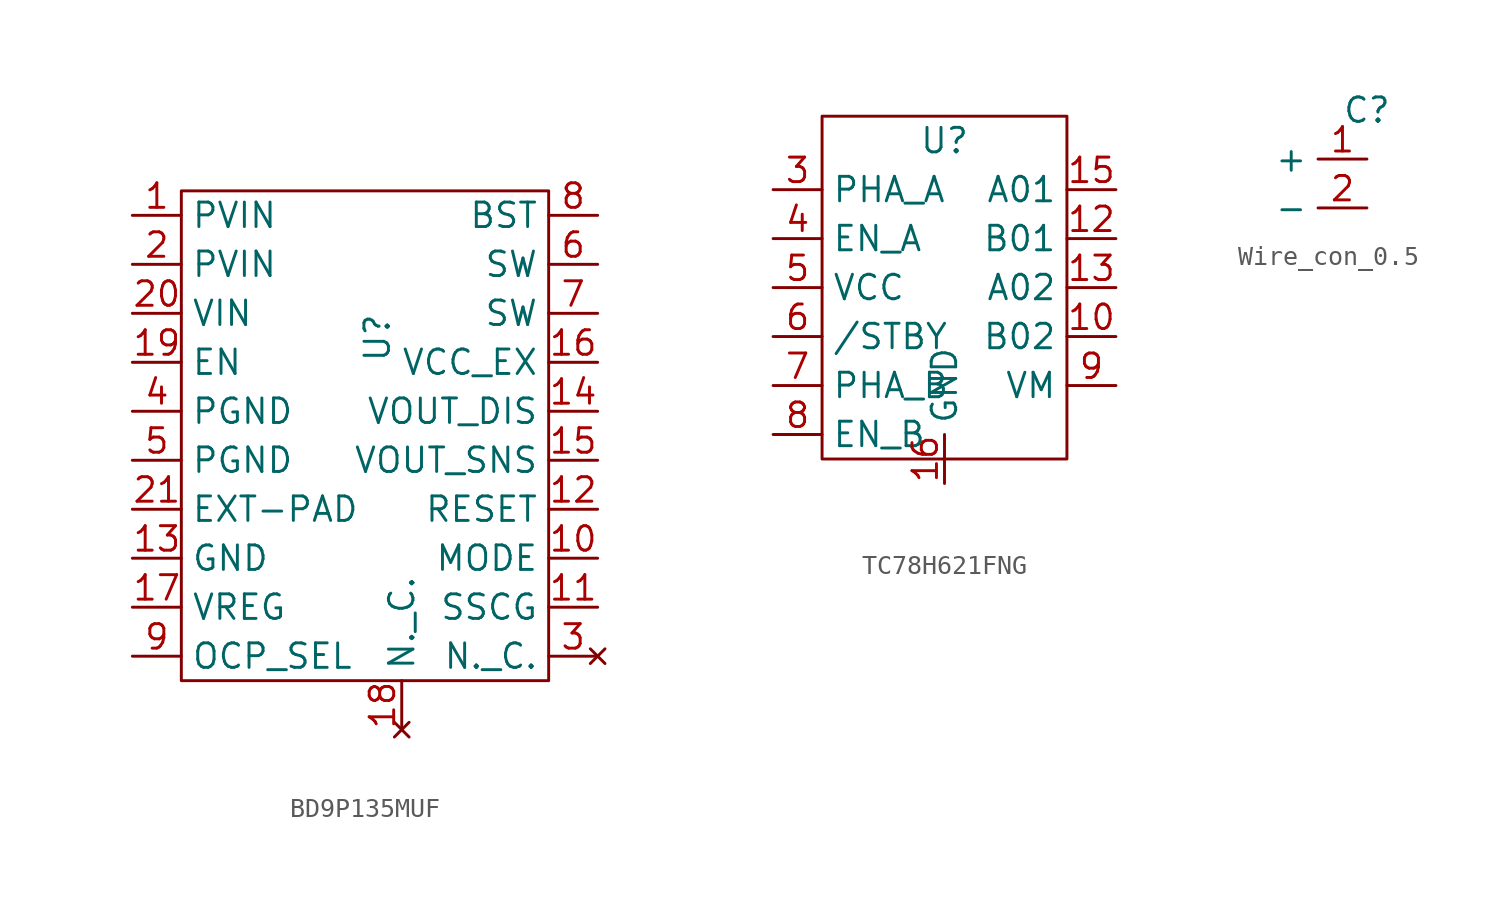
<source format=kicad_sym>
(kicad_symbol_lib
  (version 20220914)
  (generator kicad_symbol_editor)
  (symbol "BD9P135MUF"
    (property "Reference" "U"
      (at 0 -10.16 90)
      (effects (font (size 1.27 1.27))))
    (property "Value" ""
      (at 0 0 0)
      (effects (font (size 1.27 1.27))))
    (symbol "BD9P135MUF_0_1"
      (rectangle (start -10.16 -2.54) (end 8.89 -27.94) (stroke (width 0) (type default)) (fill (type none))))
    (symbol "BD9P135MUF_1_1"
      (pin power_in line (at -12.7 -3.81 0) (length 2.54) (name "PVIN" (effects (font (size 1.27 1.27)))) (number "1" (effects (font (size 1.27 1.27)))))
      (pin input line (at 11.43 -21.59 180) (length 2.54) (name "MODE" (effects (font (size 1.27 1.27)))) (number "10" (effects (font (size 1.27 1.27)))))
      (pin input line (at 11.43 -24.13 180) (length 2.54) (name "SSCG" (effects (font (size 1.27 1.27)))) (number "11" (effects (font (size 1.27 1.27)))))
      (pin input line (at 11.43 -19.05 180) (length 2.54) (name "RESET" (effects (font (size 1.27 1.27)))) (number "12" (effects (font (size 1.27 1.27)))))
      (pin input line (at -12.7 -21.59 0) (length 2.54) (name "GND" (effects (font (size 1.27 1.27)))) (number "13" (effects (font (size 1.27 1.27)))))
      (pin input line (at 11.43 -13.97 180) (length 2.54) (name "VOUT_DIS" (effects (font (size 1.27 1.27)))) (number "14" (effects (font (size 1.27 1.27)))))
      (pin input line (at 11.43 -16.51 180) (length 2.54) (name "VOUT_SNS" (effects (font (size 1.27 1.27)))) (number "15" (effects (font (size 1.27 1.27)))))
      (pin input line (at 11.43 -11.43 180) (length 2.54) (name "VCC_EX" (effects (font (size 1.27 1.27)))) (number "16" (effects (font (size 1.27 1.27)))))
      (pin input line (at -12.7 -24.13 0) (length 2.54) (name "VREG" (effects (font (size 1.27 1.27)))) (number "17" (effects (font (size 1.27 1.27)))))
      (pin no_connect line (at 1.27 -30.48 90) (length 2.54) (name "N._C." (effects (font (size 1.27 1.27)))) (number "18" (effects (font (size 1.27 1.27)))))
      (pin input line (at -12.7 -11.43 0) (length 2.54) (name "EN" (effects (font (size 1.27 1.27)))) (number "19" (effects (font (size 1.27 1.27)))))
      (pin power_in line (at -12.7 -6.35 0) (length 2.54) (name "PVIN" (effects (font (size 1.27 1.27)))) (number "2" (effects (font (size 1.27 1.27)))))
      (pin input line (at -12.7 -8.89 0) (length 2.54) (name "VIN" (effects (font (size 1.27 1.27)))) (number "20" (effects (font (size 1.27 1.27)))))
      (pin output line (at -12.7 -19.05 0) (length 2.54) (name "EXT-PAD" (effects (font (size 1.27 1.27)))) (number "21" (effects (font (size 1.27 1.27)))))
      (pin no_connect line (at 11.43 -26.67 180) (length 2.54) (name "N._C." (effects (font (size 1.27 1.27)))) (number "3" (effects (font (size 1.27 1.27)))))
      (pin power_in line (at -12.7 -13.97 0) (length 2.54) (name "PGND" (effects (font (size 1.27 1.27)))) (number "4" (effects (font (size 1.27 1.27)))))
      (pin power_in line (at -12.7 -16.51 0) (length 2.54) (name "PGND" (effects (font (size 1.27 1.27)))) (number "5" (effects (font (size 1.27 1.27)))))
      (pin output line (at 11.43 -6.35 180) (length 2.54) (name "SW" (effects (font (size 1.27 1.27)))) (number "6" (effects (font (size 1.27 1.27)))))
      (pin power_out line (at 11.43 -8.89 180) (length 2.54) (name "SW" (effects (font (size 1.27 1.27)))) (number "7" (effects (font (size 1.27 1.27)))))
      (pin bidirectional line (at 11.43 -3.81 180) (length 2.54) (name "BST" (effects (font (size 1.27 1.27)))) (number "8" (effects (font (size 1.27 1.27)))))
      (pin input line (at -12.7 -26.67 0) (length 2.54) (name "OCP_SEL" (effects (font (size 1.27 1.27)))) (number "9" (effects (font (size 1.27 1.27)))))))
  (symbol "TC78H621FNG"
    (property "Reference" "U"
      (at 0 0 0)
      (effects (font (size 1.27 1.27))))
    (property "Value" ""
      (at 0 0 0)
      (effects (font (size 1.27 1.27))))
    (symbol "TC78H621FNG_0_1"
      (polyline (pts (xy -6.35 -16.51) (xy -6.35 1.27) (xy 6.35 1.27) (xy 6.35 -16.51) (xy -6.35 -16.51)) (stroke (width 0) (type default)) (fill (type none))))
    (symbol "TC78H621FNG_1_1"
      (pin no_connect line (at 3.81 -19.05 90) (length 2.54) hide (name "NC" (effects (font (size 1.27 1.27)))) (number "1" (effects (font (size 1.27 1.27)))))
      (pin power_out line (at 8.89 -10.16 180) (length 2.54) (name "B02" (effects (font (size 1.27 1.27)))) (number "10" (effects (font (size 1.27 1.27)))))
      (pin power_in line (at 0 -17.78 90) (length 2.54) hide (name "GND" (effects (font (size 1.27 1.27)))) (number "11" (effects (font (size 1.27 1.27)))))
      (pin power_out line (at 8.89 -5.08 180) (length 2.54) (name "B01" (effects (font (size 1.27 1.27)))) (number "12" (effects (font (size 1.27 1.27)))))
      (pin power_out line (at 8.89 -7.62 180) (length 2.54) (name "A02" (effects (font (size 1.27 1.27)))) (number "13" (effects (font (size 1.27 1.27)))))
      (pin power_in line (at 0 -17.78 90) (length 2.54) hide (name "GND" (effects (font (size 1.27 1.27)))) (number "14" (effects (font (size 1.27 1.27)))))
      (pin power_out line (at 8.89 -2.54 180) (length 2.54) (name "A01" (effects (font (size 1.27 1.27)))) (number "15" (effects (font (size 1.27 1.27)))))
      (pin power_in line (at 0 -17.78 90) (length 2.54) (name "GND" (effects (font (size 1.27 1.27)))) (number "16" (effects (font (size 1.27 1.27)))))
      (pin no_connect line (at 3.81 -19.05 90) (length 2.54) hide (name "NC" (effects (font (size 1.27 1.27)))) (number "2" (effects (font (size 1.27 1.27)))))
      (pin input line (at -8.89 -2.54 0) (length 2.54) (name "PHA_A" (effects (font (size 1.27 1.27)))) (number "3" (effects (font (size 1.27 1.27)))))
      (pin input line (at -8.89 -5.08 0) (length 2.54) (name "EN_A" (effects (font (size 1.27 1.27)))) (number "4" (effects (font (size 1.27 1.27)))))
      (pin input line (at -8.89 -7.62 0) (length 2.54) (name "VCC" (effects (font (size 1.27 1.27)))) (number "5" (effects (font (size 1.27 1.27)))))
      (pin input line (at -8.89 -10.16 0) (length 2.54) (name "/STBY" (effects (font (size 1.27 1.27)))) (number "6" (effects (font (size 1.27 1.27)))))
      (pin input line (at -8.89 -12.7 0) (length 2.54) (name "PHA_B" (effects (font (size 1.27 1.27)))) (number "7" (effects (font (size 1.27 1.27)))))
      (pin input line (at -8.89 -15.24 0) (length 2.54) (name "EN_B" (effects (font (size 1.27 1.27)))) (number "8" (effects (font (size 1.27 1.27)))))
      (pin power_in line (at 8.89 -12.7 180) (length 2.54) (name "VM" (effects (font (size 1.27 1.27)))) (number "9" (effects (font (size 1.27 1.27)))))))
  (symbol "Wire_con_0.5"
    (power)
    (property "Reference" "C"
      (at 0 0 0)
      (effects (font (size 1.27 1.27))))
    (property "Value" ""
      (at 0 0 0)
      (effects (font (size 1.27 1.27))))
    (symbol "Wire_con_0.5_1_1"
      (pin input line (at 0 -2.54 180) (length 2.54) (name "+" (effects (font (size 1.27 1.27)))) (number "1" (effects (font (size 1.27 1.27)))))
      (pin input line (at 0 -5.08 180) (length 2.54) (name "-" (effects (font (size 1.27 1.27)))) (number "2" (effects (font (size 1.27 1.27))))))))
</source>
